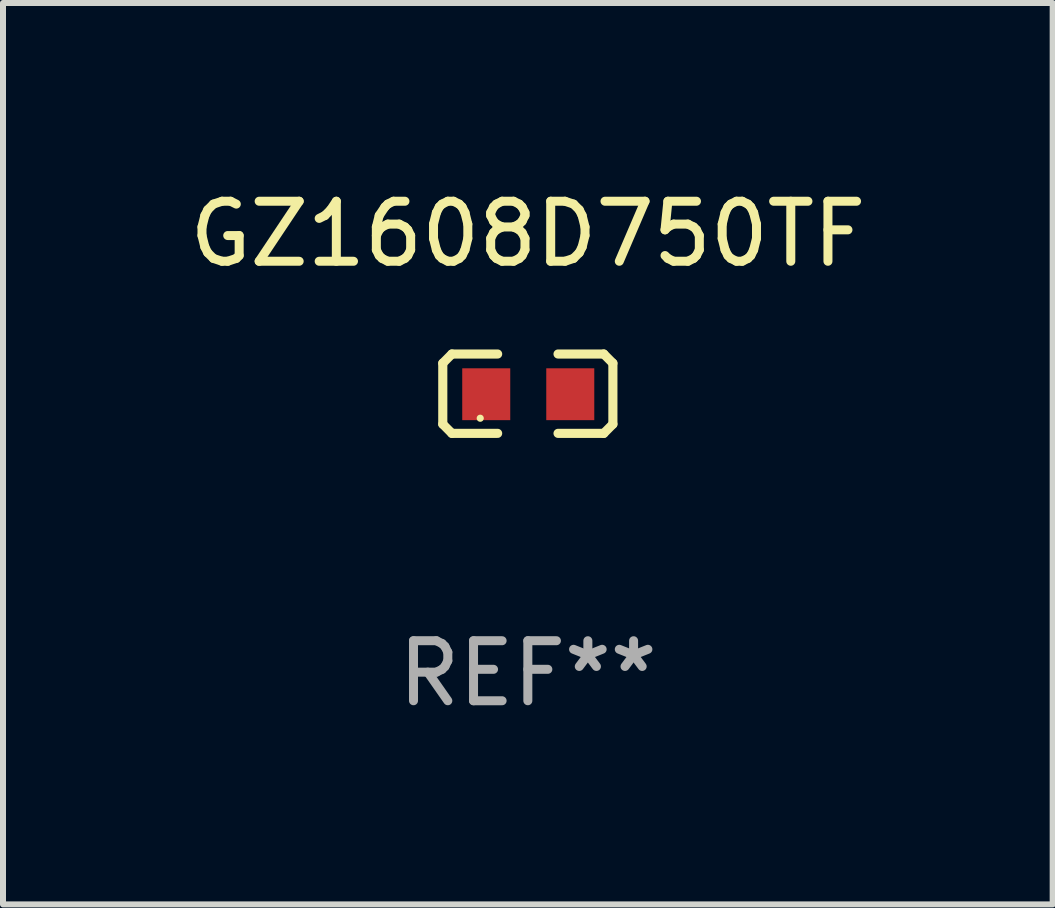
<source format=kicad_pcb>
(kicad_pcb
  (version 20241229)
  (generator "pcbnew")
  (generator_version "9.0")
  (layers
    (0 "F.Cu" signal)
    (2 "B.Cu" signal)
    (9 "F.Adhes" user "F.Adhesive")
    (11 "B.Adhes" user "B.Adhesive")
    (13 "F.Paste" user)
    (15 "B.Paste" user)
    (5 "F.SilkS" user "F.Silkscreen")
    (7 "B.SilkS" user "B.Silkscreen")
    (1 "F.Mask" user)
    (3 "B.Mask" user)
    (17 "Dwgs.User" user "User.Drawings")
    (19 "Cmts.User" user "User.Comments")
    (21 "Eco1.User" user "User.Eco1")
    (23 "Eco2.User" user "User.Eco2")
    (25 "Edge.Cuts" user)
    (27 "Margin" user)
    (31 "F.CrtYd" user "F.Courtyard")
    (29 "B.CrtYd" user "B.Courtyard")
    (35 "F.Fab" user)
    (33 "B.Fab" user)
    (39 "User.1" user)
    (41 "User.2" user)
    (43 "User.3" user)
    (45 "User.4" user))
  (footprint "GZ1608D750TF"
    (layer "F.Cu")
    (at 5.744 3.509)
    (property "Reference" "GZ1608D750TF" (at 0 -2.661 0) (layer "F.SilkS") (effects (font (size 1 1) (thickness 0.15))))
    (attr through_hole)
    (fp_line (start -1.417 -0.508) (end -1.265 -0.661) (stroke (width 0.152) (type solid)) (layer "F.SilkS"))
    (fp_line (start -1.417 0.508) (end -1.417 -0.508) (stroke (width 0.152) (type solid)) (layer "F.SilkS"))
    (fp_line (start -1.265 -0.661) (end -0.503 -0.661) (stroke (width 0.152) (type solid)) (layer "F.SilkS"))
    (fp_line (start -1.265 0.661) (end -1.417 0.508) (stroke (width 0.152) (type solid)) (layer "F.SilkS"))
    (fp_line (start -1.265 0.661) (end -0.503 0.661) (stroke (width 0.152) (type solid)) (layer "F.SilkS"))
    (fp_line (start 1.265 -0.661) (end 0.503 -0.661) (stroke (width 0.152) (type solid)) (layer "F.SilkS"))
    (fp_line (start 1.265 -0.661) (end 1.417 -0.508) (stroke (width 0.152) (type solid)) (layer "F.SilkS"))
    (fp_line (start 1.265 0.661) (end 0.503 0.661) (stroke (width 0.152) (type solid)) (layer "F.SilkS"))
    (fp_line (start 1.417 -0.508) (end 1.417 0.508) (stroke (width 0.152) (type solid)) (layer "F.SilkS"))
    (fp_line (start 1.417 0.508) (end 1.265 0.661) (stroke (width 0.152) (type solid)) (layer "F.SilkS"))
    (fp_circle (center -0.793 0.409) (end -0.763 0.409) (stroke (width 0.06) (type solid)) (fill no) (layer "F.SilkS"))
    (fp_text user "REF**" (at 0 4.661 0) (layer "F.Fab") (effects (font (size 1 1) (thickness 0.15))))
    (pad "1" smd rect (at -0.693 0.009 180) (size 0.8 0.864) (layers "F.Cu" "F.Mask" "F.Paste"))
    (pad "2" smd rect (at 0.707 0.009 180) (size 0.8 0.864) (layers "F.Cu" "F.Mask" "F.Paste")))
  (gr_rect
    (start -3 -3)
    (end 14.488 12.018)
    (stroke (width 0.1) (type default))
    (fill no)
    (layer "Edge.Cuts")))
</source>
